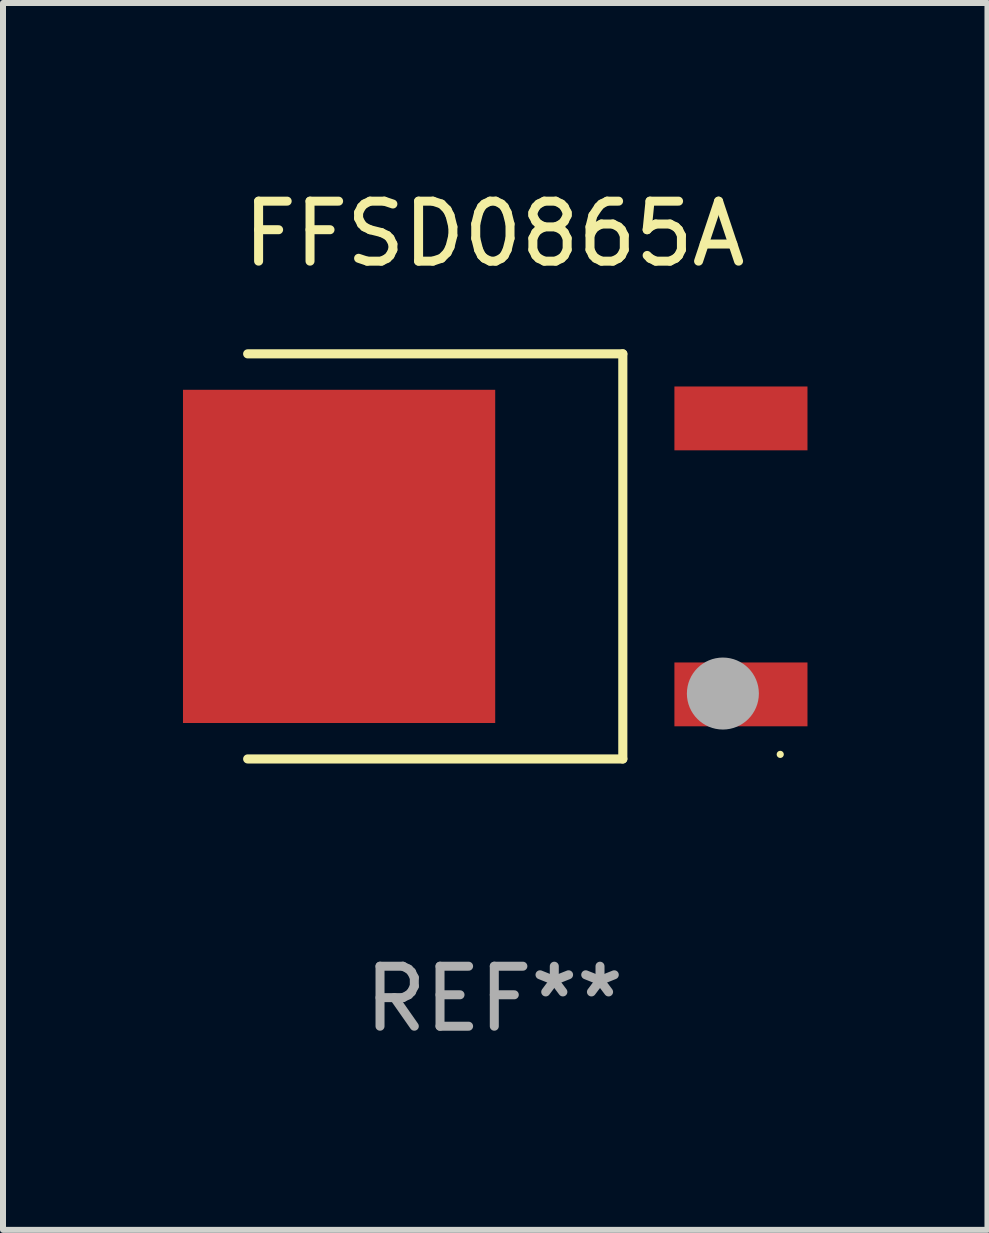
<source format=kicad_pcb>
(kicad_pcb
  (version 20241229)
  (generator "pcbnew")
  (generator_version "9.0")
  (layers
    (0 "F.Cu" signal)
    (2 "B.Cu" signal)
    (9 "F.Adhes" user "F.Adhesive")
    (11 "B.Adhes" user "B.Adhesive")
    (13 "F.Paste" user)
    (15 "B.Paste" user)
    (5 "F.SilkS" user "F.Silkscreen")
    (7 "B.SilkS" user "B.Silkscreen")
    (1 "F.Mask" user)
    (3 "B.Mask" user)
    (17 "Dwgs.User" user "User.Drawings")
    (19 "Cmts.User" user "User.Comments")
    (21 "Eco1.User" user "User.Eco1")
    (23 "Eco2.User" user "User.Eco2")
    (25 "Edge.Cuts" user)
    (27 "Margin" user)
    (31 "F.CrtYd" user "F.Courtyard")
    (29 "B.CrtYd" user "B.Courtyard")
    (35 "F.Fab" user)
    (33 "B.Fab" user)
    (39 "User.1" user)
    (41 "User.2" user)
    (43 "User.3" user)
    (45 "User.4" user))
  (footprint "FFSD0865A"
    (layer "F.Cu")
    (at 5.189 6.224)
    (property "Reference" "FFSD0865A" (at 0 -5.376 0) (layer "F.SilkS") (effects (font (size 1 1) (thickness 0.15))))
    (attr through_hole)
    (fp_line (start -4.111 -3.376) (end 2.142 -3.376) (stroke (width 0.152) (type solid)) (layer "F.SilkS"))
    (fp_line (start -4.111 3.376) (end 2.142 3.376) (stroke (width 0.152) (type solid)) (layer "F.SilkS"))
    (fp_line (start 2.142 3.376) (end 2.142 -3.376) (stroke (width 0.152) (type solid)) (layer "F.SilkS"))
    (fp_circle (center 4.766 3.3) (end 4.796 3.3) (stroke (width 0.06) (type solid)) (fill no) (layer "F.SilkS"))
    (fp_circle (center 3.81 2.286) (end 4.11 2.286) (stroke (width 0.6) (type solid)) (fill no) (layer "F.Fab"))
    (fp_text user "REF**" (at 0 7.376 0) (layer "F.Fab") (effects (font (size 1 1) (thickness 0.15))))
    (pad "1" smd rect (at 4.111 2.3) (size 2.218 1.064) (layers "F.Cu" "F.Mask" "F.Paste"))
    (pad "2" smd rect (at -2.587 0) (size 5.204 5.554) (layers "F.Cu" "F.Mask" "F.Paste"))
    (pad "3" smd rect (at 4.111 -2.3) (size 2.218 1.064) (layers "F.Cu" "F.Mask" "F.Paste")))
  (gr_rect
    (start -3 -3)
    (end 13.409 17.449)
    (stroke (width 0.1) (type default))
    (fill no)
    (layer "Edge.Cuts")))
</source>
